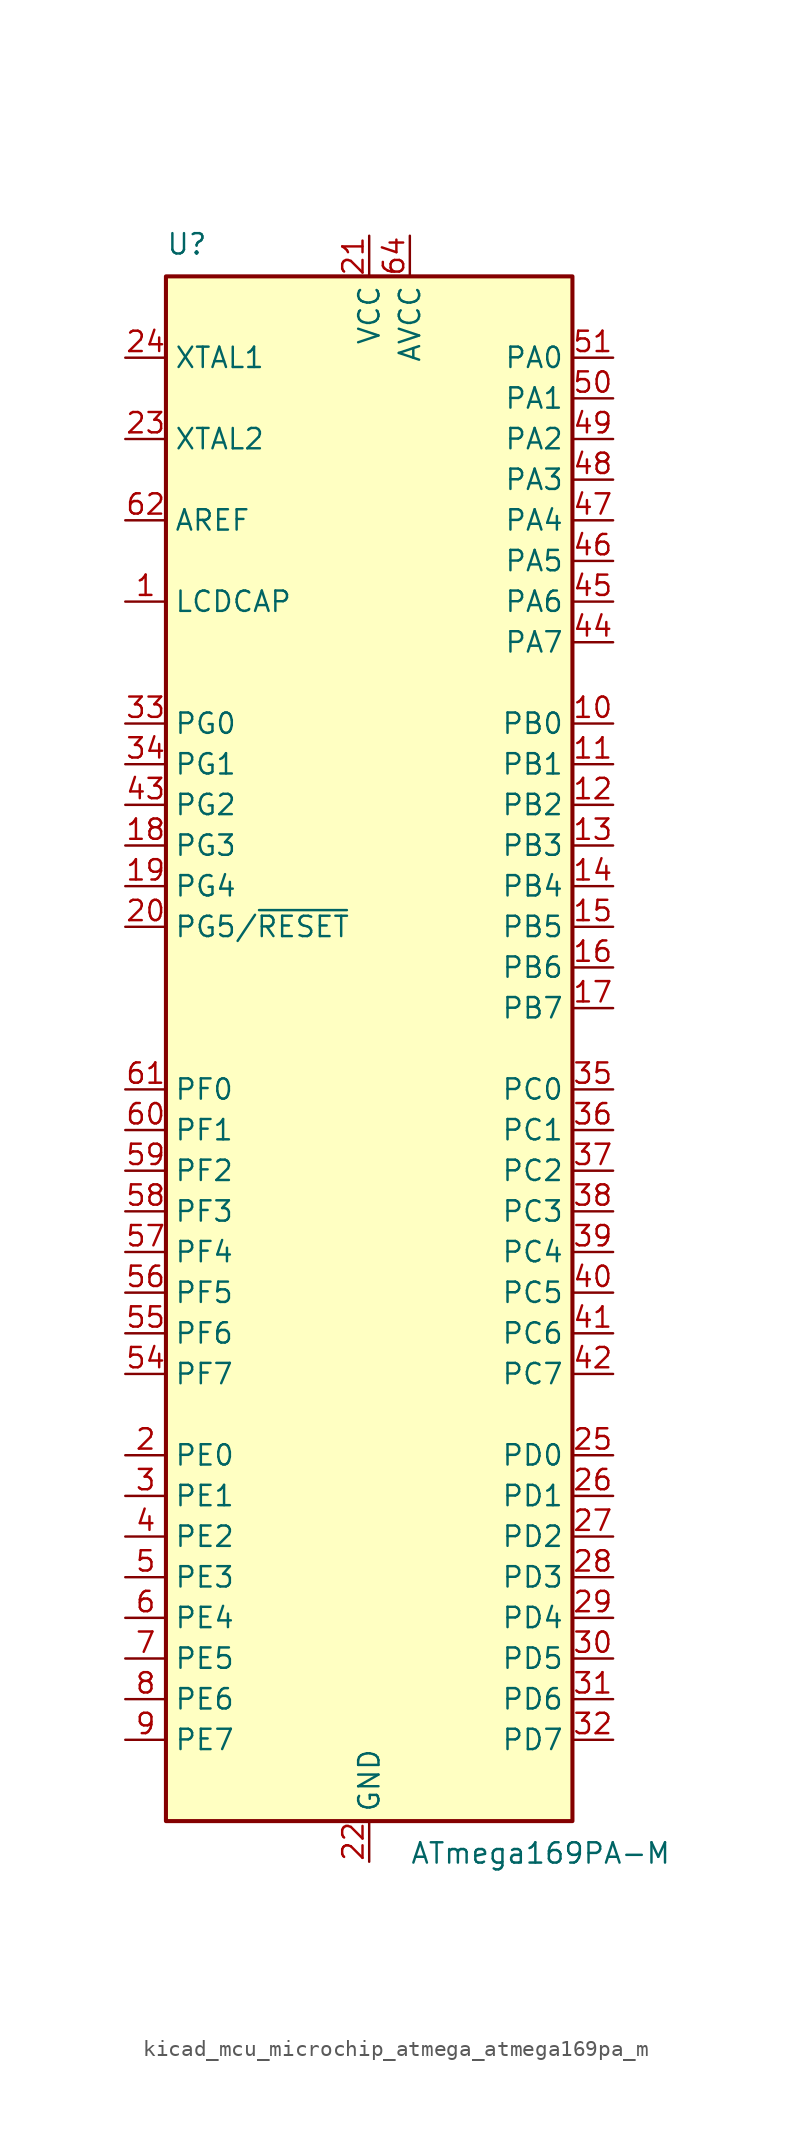
<source format=kicad_sym>
(kicad_symbol_lib
  (version 20220914)
  (generator kicad_symbol_editor)
  (symbol "kicad_mcu_microchip_atmega_atmega169pa_m"
    (property "Reference" "U"
      (at -12.7 49.53 0)
      (effects (font (size 1.27 1.27)) (justify left bottom)))
    (property "Value" "ATmega169PA-M"
      (at 2.54 -49.53 0)
      (effects (font (size 1.27 1.27)) (justify left top)))
    (symbol "kicad_mcu_microchip_atmega_atmega169pa_m_0_1"
      (rectangle (start -12.7 -48.26) (end 12.7 48.26) (stroke (width 0.254) (type default)) (fill (type background))))
    (symbol "kicad_mcu_microchip_atmega_atmega169pa_m_1_1"
      (pin passive line (at -15.24 27.94 0) (length 2.54) (name "LCDCAP" (effects (font (size 1.27 1.27)))) (number "1" (effects (font (size 1.27 1.27)))))
      (pin bidirectional line (at 15.24 20.32 180) (length 2.54) (name "PB0" (effects (font (size 1.27 1.27)))) (number "10" (effects (font (size 1.27 1.27)))))
      (pin bidirectional line (at 15.24 17.78 180) (length 2.54) (name "PB1" (effects (font (size 1.27 1.27)))) (number "11" (effects (font (size 1.27 1.27)))))
      (pin bidirectional line (at 15.24 15.24 180) (length 2.54) (name "PB2" (effects (font (size 1.27 1.27)))) (number "12" (effects (font (size 1.27 1.27)))))
      (pin bidirectional line (at 15.24 12.7 180) (length 2.54) (name "PB3" (effects (font (size 1.27 1.27)))) (number "13" (effects (font (size 1.27 1.27)))))
      (pin bidirectional line (at 15.24 10.16 180) (length 2.54) (name "PB4" (effects (font (size 1.27 1.27)))) (number "14" (effects (font (size 1.27 1.27)))))
      (pin bidirectional line (at 15.24 7.62 180) (length 2.54) (name "PB5" (effects (font (size 1.27 1.27)))) (number "15" (effects (font (size 1.27 1.27)))))
      (pin bidirectional line (at 15.24 5.08 180) (length 2.54) (name "PB6" (effects (font (size 1.27 1.27)))) (number "16" (effects (font (size 1.27 1.27)))))
      (pin bidirectional line (at 15.24 2.54 180) (length 2.54) (name "PB7" (effects (font (size 1.27 1.27)))) (number "17" (effects (font (size 1.27 1.27)))))
      (pin bidirectional line (at -15.24 12.7 0) (length 2.54) (name "PG3" (effects (font (size 1.27 1.27)))) (number "18" (effects (font (size 1.27 1.27)))))
      (pin bidirectional line (at -15.24 10.16 0) (length 2.54) (name "PG4" (effects (font (size 1.27 1.27)))) (number "19" (effects (font (size 1.27 1.27)))))
      (pin bidirectional line (at -15.24 -25.4 0) (length 2.54) (name "PE0" (effects (font (size 1.27 1.27)))) (number "2" (effects (font (size 1.27 1.27)))))
      (pin bidirectional line (at -15.24 7.62 0) (length 2.54) (name "PG5/~{RESET}" (effects (font (size 1.27 1.27)))) (number "20" (effects (font (size 1.27 1.27)))))
      (pin power_in line (at 0 50.8 270) (length 2.54) (name "VCC" (effects (font (size 1.27 1.27)))) (number "21" (effects (font (size 1.27 1.27)))))
      (pin power_in line (at 0 -50.8 90) (length 2.54) (name "GND" (effects (font (size 1.27 1.27)))) (number "22" (effects (font (size 1.27 1.27)))))
      (pin output line (at -15.24 38.1 0) (length 2.54) (name "XTAL2" (effects (font (size 1.27 1.27)))) (number "23" (effects (font (size 1.27 1.27)))))
      (pin input line (at -15.24 43.18 0) (length 2.54) (name "XTAL1" (effects (font (size 1.27 1.27)))) (number "24" (effects (font (size 1.27 1.27)))))
      (pin bidirectional line (at 15.24 -25.4 180) (length 2.54) (name "PD0" (effects (font (size 1.27 1.27)))) (number "25" (effects (font (size 1.27 1.27)))))
      (pin bidirectional line (at 15.24 -27.94 180) (length 2.54) (name "PD1" (effects (font (size 1.27 1.27)))) (number "26" (effects (font (size 1.27 1.27)))))
      (pin bidirectional line (at 15.24 -30.48 180) (length 2.54) (name "PD2" (effects (font (size 1.27 1.27)))) (number "27" (effects (font (size 1.27 1.27)))))
      (pin bidirectional line (at 15.24 -33.02 180) (length 2.54) (name "PD3" (effects (font (size 1.27 1.27)))) (number "28" (effects (font (size 1.27 1.27)))))
      (pin bidirectional line (at 15.24 -35.56 180) (length 2.54) (name "PD4" (effects (font (size 1.27 1.27)))) (number "29" (effects (font (size 1.27 1.27)))))
      (pin bidirectional line (at -15.24 -27.94 0) (length 2.54) (name "PE1" (effects (font (size 1.27 1.27)))) (number "3" (effects (font (size 1.27 1.27)))))
      (pin bidirectional line (at 15.24 -38.1 180) (length 2.54) (name "PD5" (effects (font (size 1.27 1.27)))) (number "30" (effects (font (size 1.27 1.27)))))
      (pin bidirectional line (at 15.24 -40.64 180) (length 2.54) (name "PD6" (effects (font (size 1.27 1.27)))) (number "31" (effects (font (size 1.27 1.27)))))
      (pin bidirectional line (at 15.24 -43.18 180) (length 2.54) (name "PD7" (effects (font (size 1.27 1.27)))) (number "32" (effects (font (size 1.27 1.27)))))
      (pin bidirectional line (at -15.24 20.32 0) (length 2.54) (name "PG0" (effects (font (size 1.27 1.27)))) (number "33" (effects (font (size 1.27 1.27)))))
      (pin bidirectional line (at -15.24 17.78 0) (length 2.54) (name "PG1" (effects (font (size 1.27 1.27)))) (number "34" (effects (font (size 1.27 1.27)))))
      (pin bidirectional line (at 15.24 -2.54 180) (length 2.54) (name "PC0" (effects (font (size 1.27 1.27)))) (number "35" (effects (font (size 1.27 1.27)))))
      (pin bidirectional line (at 15.24 -5.08 180) (length 2.54) (name "PC1" (effects (font (size 1.27 1.27)))) (number "36" (effects (font (size 1.27 1.27)))))
      (pin bidirectional line (at 15.24 -7.62 180) (length 2.54) (name "PC2" (effects (font (size 1.27 1.27)))) (number "37" (effects (font (size 1.27 1.27)))))
      (pin bidirectional line (at 15.24 -10.16 180) (length 2.54) (name "PC3" (effects (font (size 1.27 1.27)))) (number "38" (effects (font (size 1.27 1.27)))))
      (pin bidirectional line (at 15.24 -12.7 180) (length 2.54) (name "PC4" (effects (font (size 1.27 1.27)))) (number "39" (effects (font (size 1.27 1.27)))))
      (pin bidirectional line (at -15.24 -30.48 0) (length 2.54) (name "PE2" (effects (font (size 1.27 1.27)))) (number "4" (effects (font (size 1.27 1.27)))))
      (pin bidirectional line (at 15.24 -15.24 180) (length 2.54) (name "PC5" (effects (font (size 1.27 1.27)))) (number "40" (effects (font (size 1.27 1.27)))))
      (pin bidirectional line (at 15.24 -17.78 180) (length 2.54) (name "PC6" (effects (font (size 1.27 1.27)))) (number "41" (effects (font (size 1.27 1.27)))))
      (pin bidirectional line (at 15.24 -20.32 180) (length 2.54) (name "PC7" (effects (font (size 1.27 1.27)))) (number "42" (effects (font (size 1.27 1.27)))))
      (pin bidirectional line (at -15.24 15.24 0) (length 2.54) (name "PG2" (effects (font (size 1.27 1.27)))) (number "43" (effects (font (size 1.27 1.27)))))
      (pin bidirectional line (at 15.24 25.4 180) (length 2.54) (name "PA7" (effects (font (size 1.27 1.27)))) (number "44" (effects (font (size 1.27 1.27)))))
      (pin bidirectional line (at 15.24 27.94 180) (length 2.54) (name "PA6" (effects (font (size 1.27 1.27)))) (number "45" (effects (font (size 1.27 1.27)))))
      (pin bidirectional line (at 15.24 30.48 180) (length 2.54) (name "PA5" (effects (font (size 1.27 1.27)))) (number "46" (effects (font (size 1.27 1.27)))))
      (pin bidirectional line (at 15.24 33.02 180) (length 2.54) (name "PA4" (effects (font (size 1.27 1.27)))) (number "47" (effects (font (size 1.27 1.27)))))
      (pin bidirectional line (at 15.24 35.56 180) (length 2.54) (name "PA3" (effects (font (size 1.27 1.27)))) (number "48" (effects (font (size 1.27 1.27)))))
      (pin bidirectional line (at 15.24 38.1 180) (length 2.54) (name "PA2" (effects (font (size 1.27 1.27)))) (number "49" (effects (font (size 1.27 1.27)))))
      (pin bidirectional line (at -15.24 -33.02 0) (length 2.54) (name "PE3" (effects (font (size 1.27 1.27)))) (number "5" (effects (font (size 1.27 1.27)))))
      (pin bidirectional line (at 15.24 40.64 180) (length 2.54) (name "PA1" (effects (font (size 1.27 1.27)))) (number "50" (effects (font (size 1.27 1.27)))))
      (pin bidirectional line (at 15.24 43.18 180) (length 2.54) (name "PA0" (effects (font (size 1.27 1.27)))) (number "51" (effects (font (size 1.27 1.27)))))
      (pin passive line (at 0 50.8 270) (length 2.54) hide (name "VCC" (effects (font (size 1.27 1.27)))) (number "52" (effects (font (size 1.27 1.27)))))
      (pin passive line (at 0 -50.8 90) (length 2.54) hide (name "GND" (effects (font (size 1.27 1.27)))) (number "53" (effects (font (size 1.27 1.27)))))
      (pin bidirectional line (at -15.24 -20.32 0) (length 2.54) (name "PF7" (effects (font (size 1.27 1.27)))) (number "54" (effects (font (size 1.27 1.27)))))
      (pin bidirectional line (at -15.24 -17.78 0) (length 2.54) (name "PF6" (effects (font (size 1.27 1.27)))) (number "55" (effects (font (size 1.27 1.27)))))
      (pin bidirectional line (at -15.24 -15.24 0) (length 2.54) (name "PF5" (effects (font (size 1.27 1.27)))) (number "56" (effects (font (size 1.27 1.27)))))
      (pin bidirectional line (at -15.24 -12.7 0) (length 2.54) (name "PF4" (effects (font (size 1.27 1.27)))) (number "57" (effects (font (size 1.27 1.27)))))
      (pin bidirectional line (at -15.24 -10.16 0) (length 2.54) (name "PF3" (effects (font (size 1.27 1.27)))) (number "58" (effects (font (size 1.27 1.27)))))
      (pin bidirectional line (at -15.24 -7.62 0) (length 2.54) (name "PF2" (effects (font (size 1.27 1.27)))) (number "59" (effects (font (size 1.27 1.27)))))
      (pin bidirectional line (at -15.24 -35.56 0) (length 2.54) (name "PE4" (effects (font (size 1.27 1.27)))) (number "6" (effects (font (size 1.27 1.27)))))
      (pin bidirectional line (at -15.24 -5.08 0) (length 2.54) (name "PF1" (effects (font (size 1.27 1.27)))) (number "60" (effects (font (size 1.27 1.27)))))
      (pin bidirectional line (at -15.24 -2.54 0) (length 2.54) (name "PF0" (effects (font (size 1.27 1.27)))) (number "61" (effects (font (size 1.27 1.27)))))
      (pin passive line (at -15.24 33.02 0) (length 2.54) (name "AREF" (effects (font (size 1.27 1.27)))) (number "62" (effects (font (size 1.27 1.27)))))
      (pin passive line (at 0 -50.8 90) (length 2.54) hide (name "GND" (effects (font (size 1.27 1.27)))) (number "63" (effects (font (size 1.27 1.27)))))
      (pin power_in line (at 2.54 50.8 270) (length 2.54) (name "AVCC" (effects (font (size 1.27 1.27)))) (number "64" (effects (font (size 1.27 1.27)))))
      (pin passive line (at 0 -50.8 90) (length 2.54) hide (name "GND" (effects (font (size 1.27 1.27)))) (number "65" (effects (font (size 1.27 1.27)))))
      (pin bidirectional line (at -15.24 -38.1 0) (length 2.54) (name "PE5" (effects (font (size 1.27 1.27)))) (number "7" (effects (font (size 1.27 1.27)))))
      (pin bidirectional line (at -15.24 -40.64 0) (length 2.54) (name "PE6" (effects (font (size 1.27 1.27)))) (number "8" (effects (font (size 1.27 1.27)))))
      (pin bidirectional line (at -15.24 -43.18 0) (length 2.54) (name "PE7" (effects (font (size 1.27 1.27)))) (number "9" (effects (font (size 1.27 1.27))))))))
</source>
